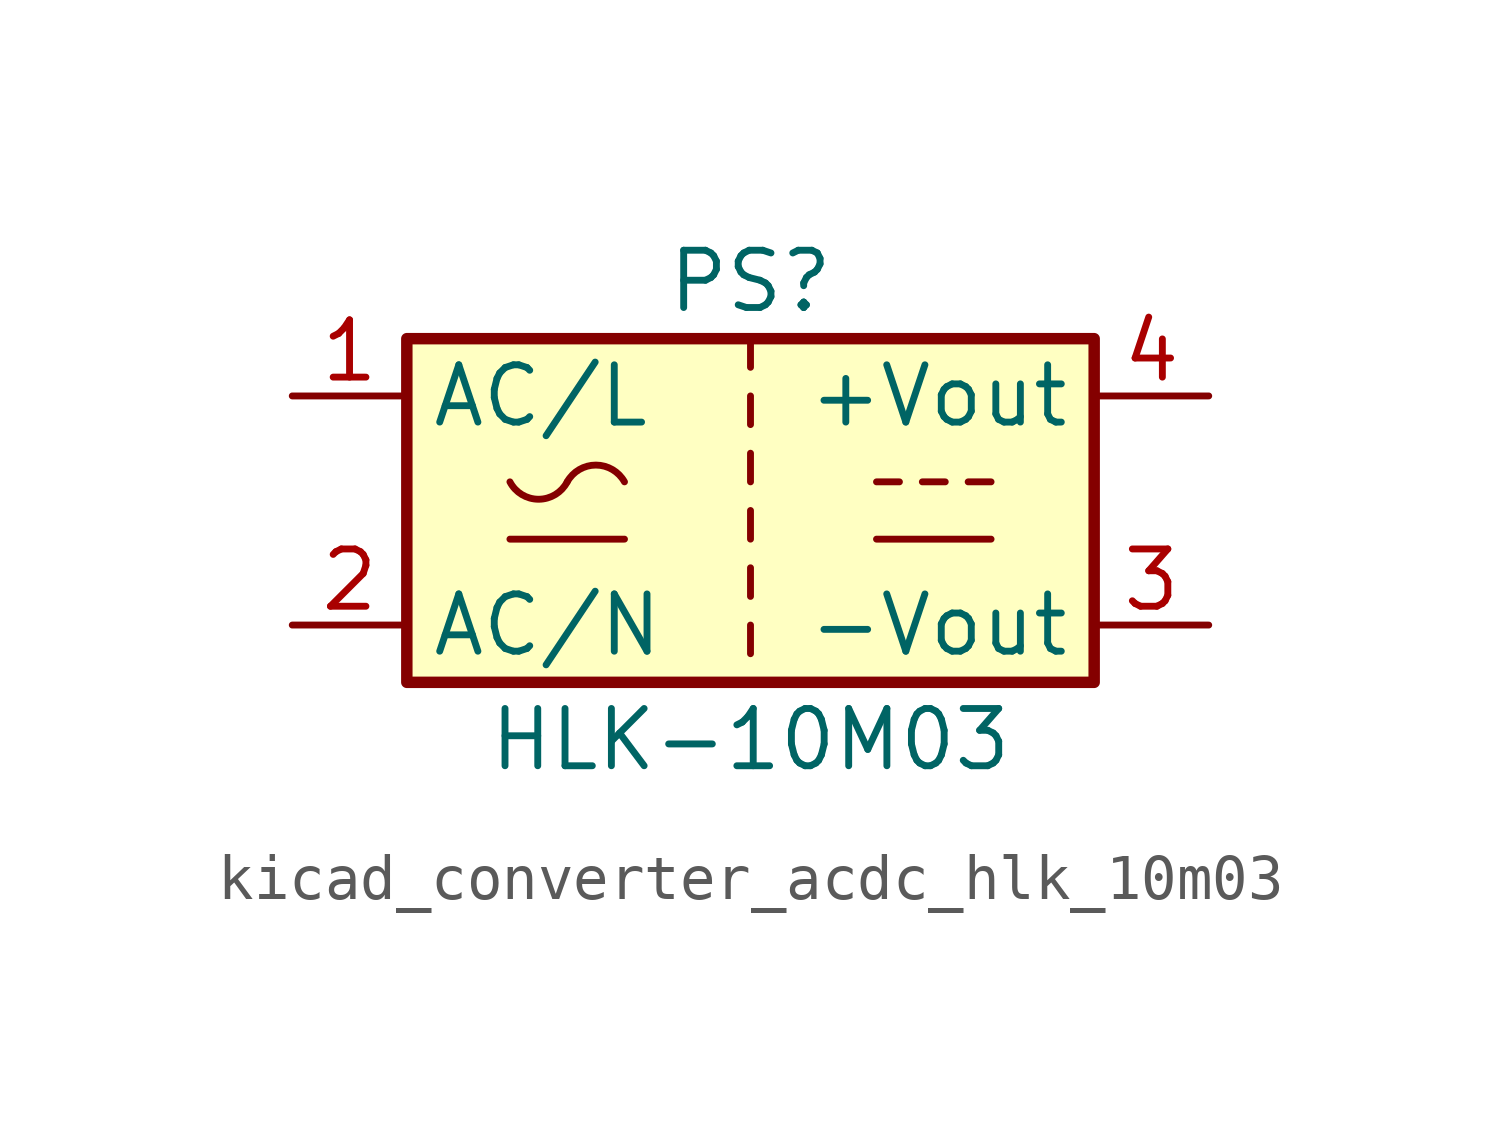
<source format=kicad_sym>
(kicad_symbol_lib
  (version 20220914)
  (generator kicad_symbol_editor)
  (symbol "kicad_converter_acdc_hlk_10m03"
    (property "Reference" "PS"
      (at 0 5.08 0)
      (effects (font (size 1.27 1.27))))
    (property "Value" "HLK-10M03"
      (at 0 -5.08 0)
      (effects (font (size 1.27 1.27))))
    (symbol "kicad_converter_acdc_hlk_10m03_0_1"
      (rectangle (start -7.62 3.81) (end 7.62 -3.81) (stroke (width 0.254) (type default)) (fill (type background)))
      (arc (start -5.334 0.635) (mid -4.699 0.2495) (end -4.064 0.635) (stroke (width 0) (type default)) (fill (type none)))
      (arc (start -2.794 0.635) (mid -3.429 1.0072) (end -4.064 0.635) (stroke (width 0) (type default)) (fill (type none)))
      (polyline (pts (xy -5.334 -0.635) (xy -2.794 -0.635)) (stroke (width 0) (type default)) (fill (type none)))
      (polyline (pts (xy 0 -2.54) (xy 0 -3.175)) (stroke (width 0) (type default)) (fill (type none)))
      (polyline (pts (xy 0 -1.27) (xy 0 -1.905)) (stroke (width 0) (type default)) (fill (type none)))
      (polyline (pts (xy 0 0) (xy 0 -0.635)) (stroke (width 0) (type default)) (fill (type none)))
      (polyline (pts (xy 0 1.27) (xy 0 0.635)) (stroke (width 0) (type default)) (fill (type none)))
      (polyline (pts (xy 0 2.54) (xy 0 1.905)) (stroke (width 0) (type default)) (fill (type none)))
      (polyline (pts (xy 0 3.81) (xy 0 3.175)) (stroke (width 0) (type default)) (fill (type none)))
      (polyline (pts (xy 2.794 -0.635) (xy 5.334 -0.635)) (stroke (width 0) (type default)) (fill (type none)))
      (polyline (pts (xy 2.794 0.635) (xy 3.302 0.635)) (stroke (width 0) (type default)) (fill (type none)))
      (polyline (pts (xy 3.81 0.635) (xy 4.318 0.635)) (stroke (width 0) (type default)) (fill (type none)))
      (polyline (pts (xy 4.826 0.635) (xy 5.334 0.635)) (stroke (width 0) (type default)) (fill (type none))))
    (symbol "kicad_converter_acdc_hlk_10m03_1_1"
      (pin power_in line (at -10.16 2.54 0) (length 2.54) (name "AC/L" (effects (font (size 1.27 1.27)))) (number "1" (effects (font (size 1.27 1.27)))))
      (pin power_in line (at -10.16 -2.54 0) (length 2.54) (name "AC/N" (effects (font (size 1.27 1.27)))) (number "2" (effects (font (size 1.27 1.27)))))
      (pin power_out line (at 10.16 -2.54 180) (length 2.54) (name "-Vout" (effects (font (size 1.27 1.27)))) (number "3" (effects (font (size 1.27 1.27)))))
      (pin power_out line (at 10.16 2.54 180) (length 2.54) (name "+Vout" (effects (font (size 1.27 1.27)))) (number "4" (effects (font (size 1.27 1.27))))))))
</source>
